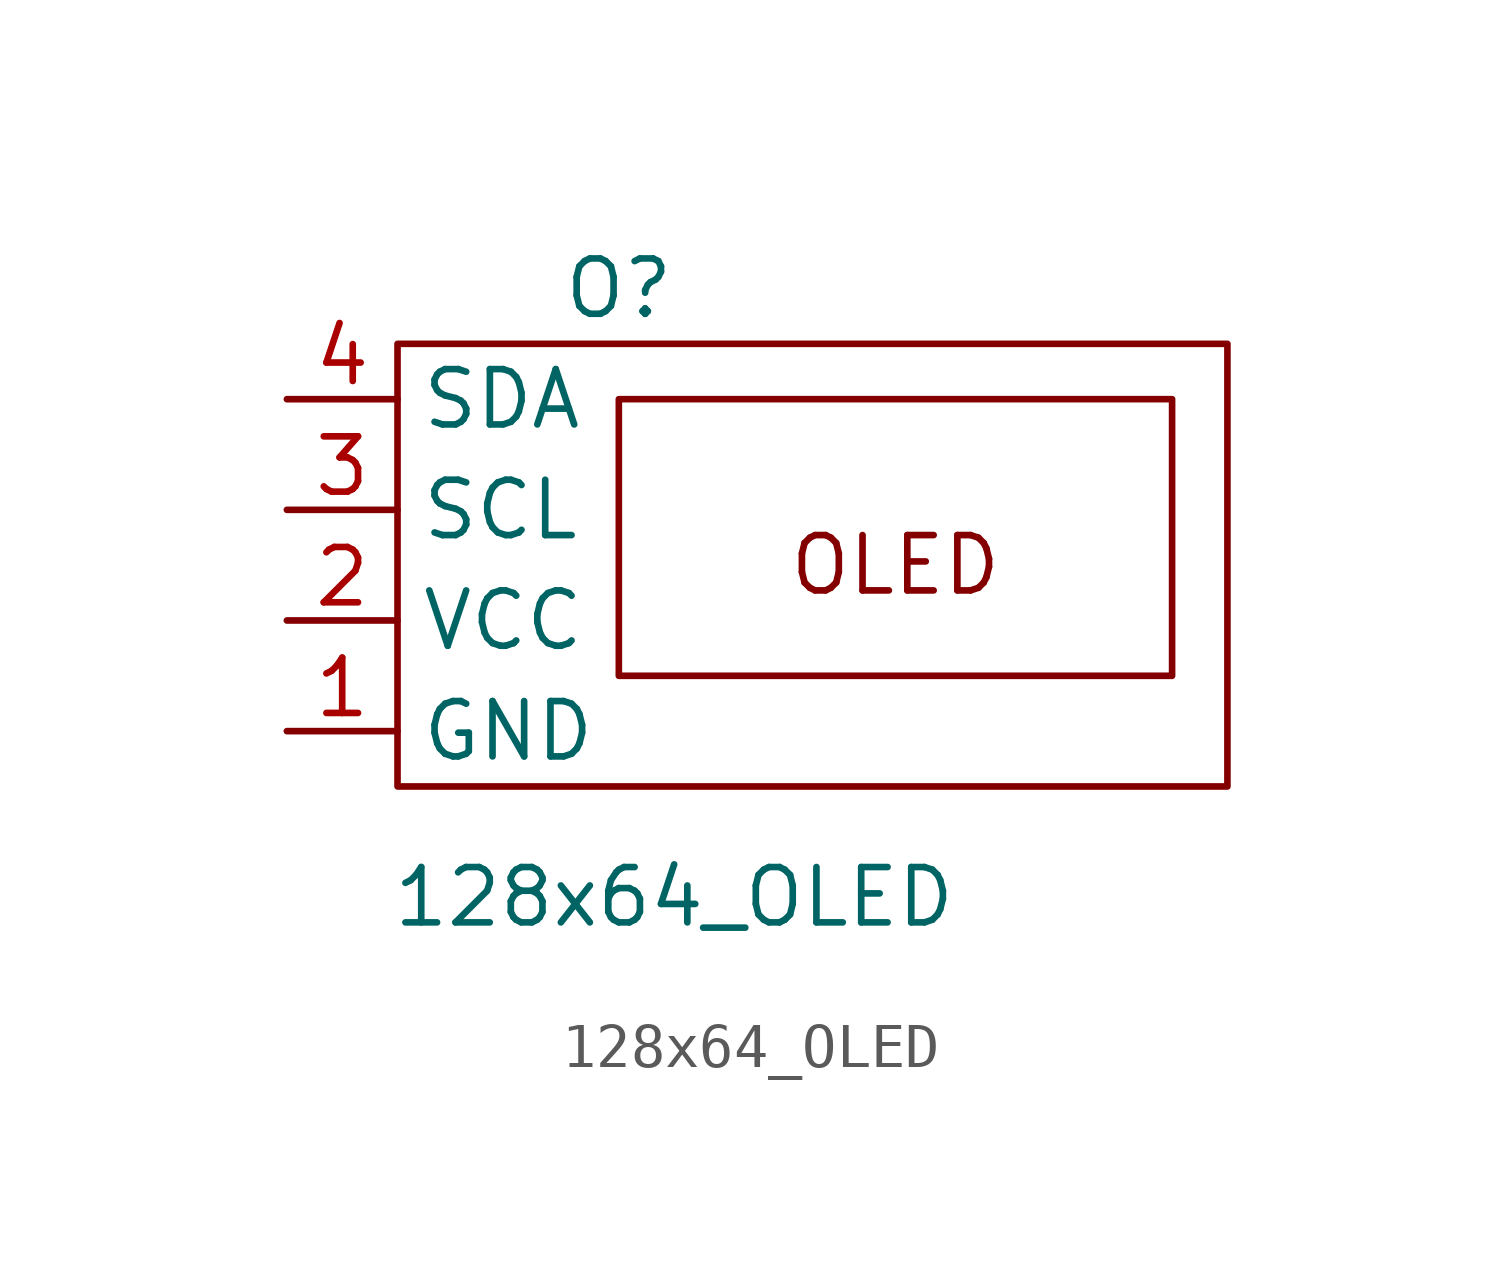
<source format=kicad_sym>
(kicad_symbol_lib
  (version 20211014)
  (generator kicad_symbol_editor)
  (symbol "128x64_OLED"
    (property "Reference" "O"
      (at 0 6.35 0)
      (effects (font (size 1.27 1.27))))
    (property "Value" "128x64_OLED"
      (at 1.27 -7.62 0)
      (effects (font (size 1.27 1.27))))
    (symbol "128x64_OLED_0_0"
      (text "OLED" (at 6.35 0 0) (effects (font (size 1.27 1.27)))))
    (symbol "128x64_OLED_0_1"
      (rectangle (start -5.08 5.08) (end 13.97 -5.08) (stroke (width 0.152) (type default) (color 0 0 0 0)) (fill (type none)))
      (rectangle (start 0 3.81) (end 12.7 -2.54) (stroke (width 0.152) (type default) (color 0 0 0 0)) (fill (type none))))
    (symbol "128x64_OLED_1_1"
      (pin power_in line (at -7.62 -3.81 0) (length 2.54) (name "GND" (effects (font (size 1.27 1.27)))) (number "1" (effects (font (size 1.27 1.27)))))
      (pin power_in line (at -7.62 -1.27 0) (length 2.54) (name "VCC" (effects (font (size 1.27 1.27)))) (number "2" (effects (font (size 1.27 1.27)))))
      (pin input line (at -7.62 1.27 0) (length 2.54) (name "SCL" (effects (font (size 1.27 1.27)))) (number "3" (effects (font (size 1.27 1.27)))))
      (pin input line (at -7.62 3.81 0) (length 2.54) (name "SDA" (effects (font (size 1.27 1.27)))) (number "4" (effects (font (size 1.27 1.27))))))))
</source>
